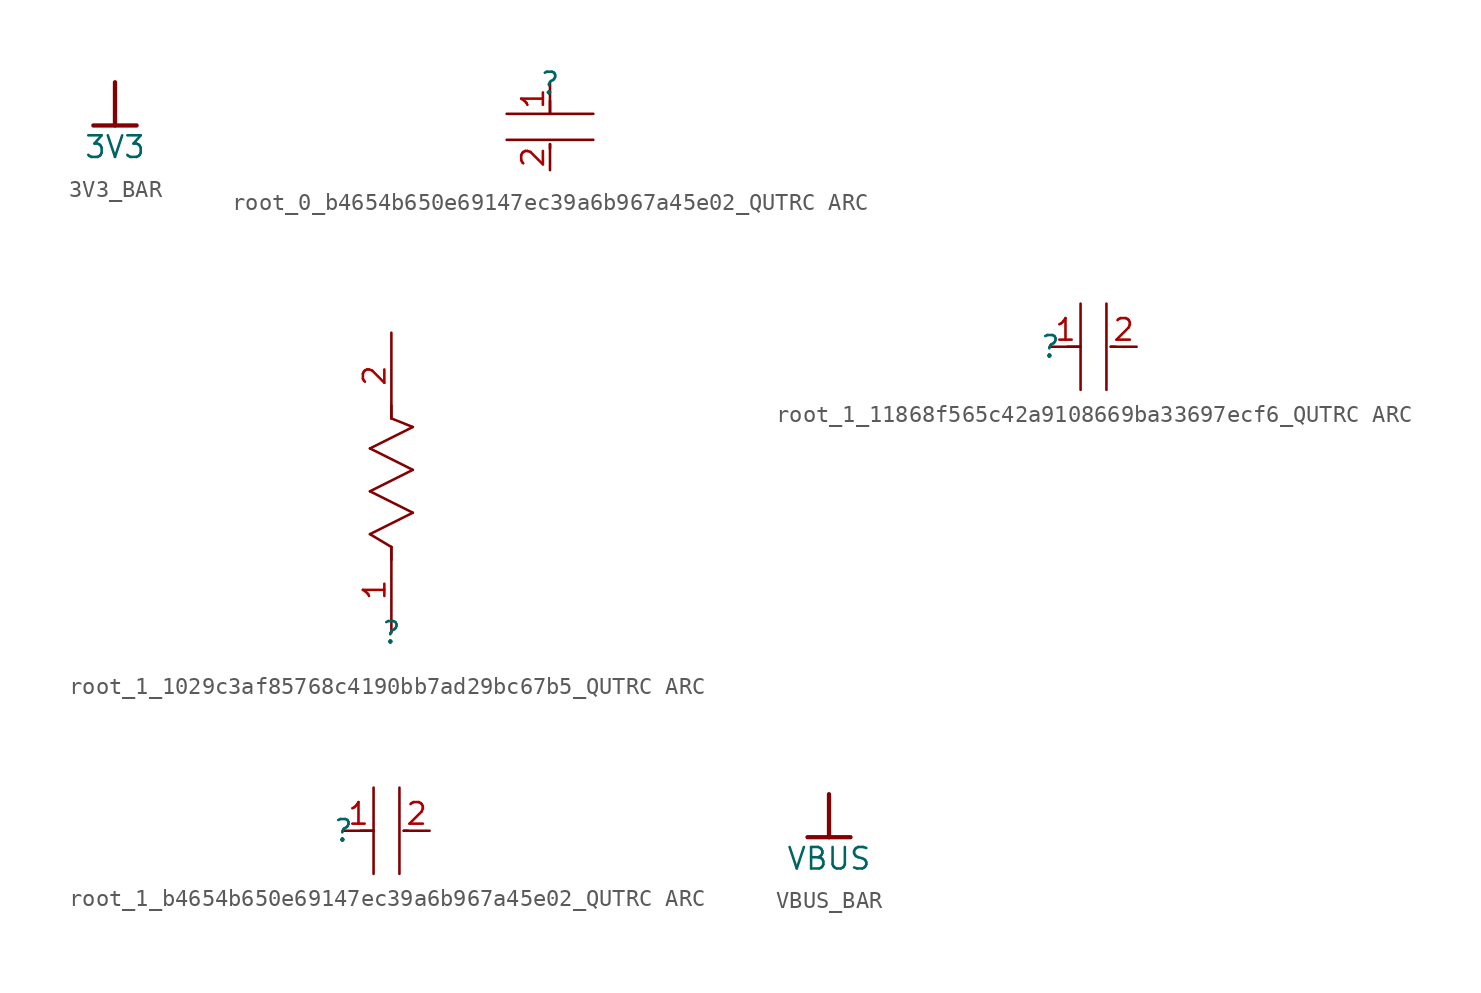
<source format=kicad_sym>
(kicad_symbol_lib
  (version 20241209)
  (generator "kicad_symbol_editor")
  (generator_version "9.99")
  (symbol "3V3_BAR"
    (power)
    (property "Reference" "#PWR"
      (at 0 0 0)
      (hide yes)
      (effects (font (size 1.27 1.27))))
    (property "Value" "3V3"
      (at 0 -3.81 0)
      (effects (font (size 1.27 1.27))))
    (symbol "3V3_BAR_0_0"
      (polyline (pts (xy -1.27 -2.54) (xy 1.27 -2.54)) (stroke (width 0.254) (type solid)) (fill (type none)))
      (polyline (pts (xy 0 0) (xy 0 -2.54)) (stroke (width 0.254) (type solid)) (fill (type none)))
      (pin power_in line (at 0 0 0) (length 0) (hide yes) (name "3V3" (effects (font (size 1.27 1.27)))) (number "" (effects (font (size 1.27 1.27)))))))
  (symbol "root_0_b4654b650e69147ec39a6b967a45e02_QUTRC ARC"
    (pin_names
      (hide yes))
    (property "Reference" ""
      (at 0 0 0)
      (effects (font (size 1.27 1.27))))
    (property "Value" ""
      (at 0 0 0)
      (effects (font (size 1.27 1.27))))
    (symbol "root_0_b4654b650e69147ec39a6b967a45e02_QUTRC ARC_1_0"
      (polyline (pts (xy 0 -1.778) (xy 0 -1.016)) (stroke (width 0) (type solid)) (fill (type none)))
      (polyline (pts (xy 0 -3.556) (xy 0 -3.81)) (stroke (width 0) (type solid)) (fill (type none)))
      (polyline (pts (xy 2.54 -1.778) (xy -2.54 -1.778)) (stroke (width 0) (type solid)) (fill (type none)))
      (polyline (pts (xy 2.54 -3.302) (xy -2.54 -3.302)) (stroke (width 0) (type solid)) (fill (type none)))
      (pin passive line (at 0 0 270) (length 1.778) (name "1" (effects (font (size 1.27 1.27)))) (number "1" (effects (font (size 1.27 1.27)))))
      (pin passive line (at 0 -5.08 90) (length 1.524) (name "2" (effects (font (size 1.27 1.27)))) (number "2" (effects (font (size 1.27 1.27)))))))
  (symbol "root_1_1029c3af85768c4190bb7ad29bc67b5_QUTRC ARC"
    (pin_names
      (hide yes))
    (property "Reference" ""
      (at 0 0 0)
      (effects (font (size 1.27 1.27))))
    (property "Value" ""
      (at 0 0 0)
      (effects (font (size 1.27 1.27))))
    (symbol "root_1_1029c3af85768c4190bb7ad29bc67b5_QUTRC ARC_1_0"
      (polyline (pts (xy -1.27 10.922) (xy 1.27 12.192)) (stroke (width 0) (type solid)) (fill (type none)))
      (polyline (pts (xy -1.27 8.382) (xy 1.27 9.652)) (stroke (width 0) (type solid)) (fill (type none)))
      (polyline (pts (xy -1.27 5.842) (xy 1.27 7.112)) (stroke (width 0) (type solid)) (fill (type none)))
      (polyline (pts (xy 0 12.7) (xy 0 13.462)) (stroke (width 0) (type solid)) (fill (type none)))
      (polyline (pts (xy 0 5.08) (xy -1.27 5.842)) (stroke (width 0) (type solid)) (fill (type none)))
      (polyline (pts (xy 0 5.08) (xy 0 4.318)) (stroke (width 0) (type solid)) (fill (type none)))
      (polyline (pts (xy 1.27 12.192) (xy 0 12.7)) (stroke (width 0) (type solid)) (fill (type none)))
      (polyline (pts (xy 1.27 9.652) (xy -1.27 10.922)) (stroke (width 0) (type solid)) (fill (type none)))
      (polyline (pts (xy 1.27 7.112) (xy -1.27 8.382)) (stroke (width 0) (type solid)) (fill (type none)))
      (pin passive line (at 0 17.78 270) (length 5.08) (name "2" (effects (font (size 1.27 1.27)))) (number "2" (effects (font (size 1.27 1.27)))))
      (pin passive line (at 0 0 90) (length 5.08) (name "1" (effects (font (size 1.27 1.27)))) (number "1" (effects (font (size 1.27 1.27)))))))
  (symbol "root_1_11868f565c42a9108669ba33697ecf6_QUTRC ARC"
    (pin_names
      (hide yes))
    (property "Reference" ""
      (at 0 0 0)
      (effects (font (size 1.27 1.27))))
    (property "Value" ""
      (at 0 0 0)
      (effects (font (size 1.27 1.27))))
    (symbol "root_1_11868f565c42a9108669ba33697ecf6_QUTRC ARC_1_0"
      (polyline (pts (xy 1.778 2.54) (xy 1.778 -2.54)) (stroke (width 0) (type solid)) (fill (type none)))
      (polyline (pts (xy 1.778 0) (xy 1.016 0)) (stroke (width 0) (type solid)) (fill (type none)))
      (polyline (pts (xy 3.302 2.54) (xy 3.302 -2.54)) (stroke (width 0) (type solid)) (fill (type none)))
      (polyline (pts (xy 3.556 0) (xy 3.81 0)) (stroke (width 0) (type solid)) (fill (type none)))
      (pin passive line (at 0 0 0) (length 1.778) (name "1" (effects (font (size 1.27 1.27)))) (number "1" (effects (font (size 1.27 1.27)))))
      (pin passive line (at 5.08 0 180) (length 1.524) (name "2" (effects (font (size 1.27 1.27)))) (number "2" (effects (font (size 1.27 1.27)))))))
  (symbol "root_1_b4654b650e69147ec39a6b967a45e02_QUTRC ARC"
    (pin_names
      (hide yes))
    (property "Reference" ""
      (at 0 0 0)
      (effects (font (size 1.27 1.27))))
    (property "Value" ""
      (at 0 0 0)
      (effects (font (size 1.27 1.27))))
    (symbol "root_1_b4654b650e69147ec39a6b967a45e02_QUTRC ARC_1_0"
      (polyline (pts (xy 1.778 2.54) (xy 1.778 -2.54)) (stroke (width 0) (type solid)) (fill (type none)))
      (polyline (pts (xy 1.778 0) (xy 1.016 0)) (stroke (width 0) (type solid)) (fill (type none)))
      (polyline (pts (xy 3.302 2.54) (xy 3.302 -2.54)) (stroke (width 0) (type solid)) (fill (type none)))
      (polyline (pts (xy 3.556 0) (xy 3.81 0)) (stroke (width 0) (type solid)) (fill (type none)))
      (pin passive line (at 0 0 0) (length 1.778) (name "1" (effects (font (size 1.27 1.27)))) (number "1" (effects (font (size 1.27 1.27)))))
      (pin passive line (at 5.08 0 180) (length 1.524) (name "2" (effects (font (size 1.27 1.27)))) (number "2" (effects (font (size 1.27 1.27)))))))
  (symbol "VBUS_BAR"
    (power)
    (property "Reference" "#PWR"
      (at 0 0 0)
      (hide yes)
      (effects (font (size 1.27 1.27))))
    (property "Value" "VBUS"
      (at 0 -3.81 0)
      (effects (font (size 1.27 1.27))))
    (symbol "VBUS_BAR_0_0"
      (polyline (pts (xy -1.27 -2.54) (xy 1.27 -2.54)) (stroke (width 0.254) (type solid)) (fill (type none)))
      (polyline (pts (xy 0 0) (xy 0 -2.54)) (stroke (width 0.254) (type solid)) (fill (type none)))
      (pin power_in line (at 0 0 0) (length 0) (hide yes) (name "VBUS" (effects (font (size 1.27 1.27)))) (number "" (effects (font (size 1.27 1.27))))))))
</source>
